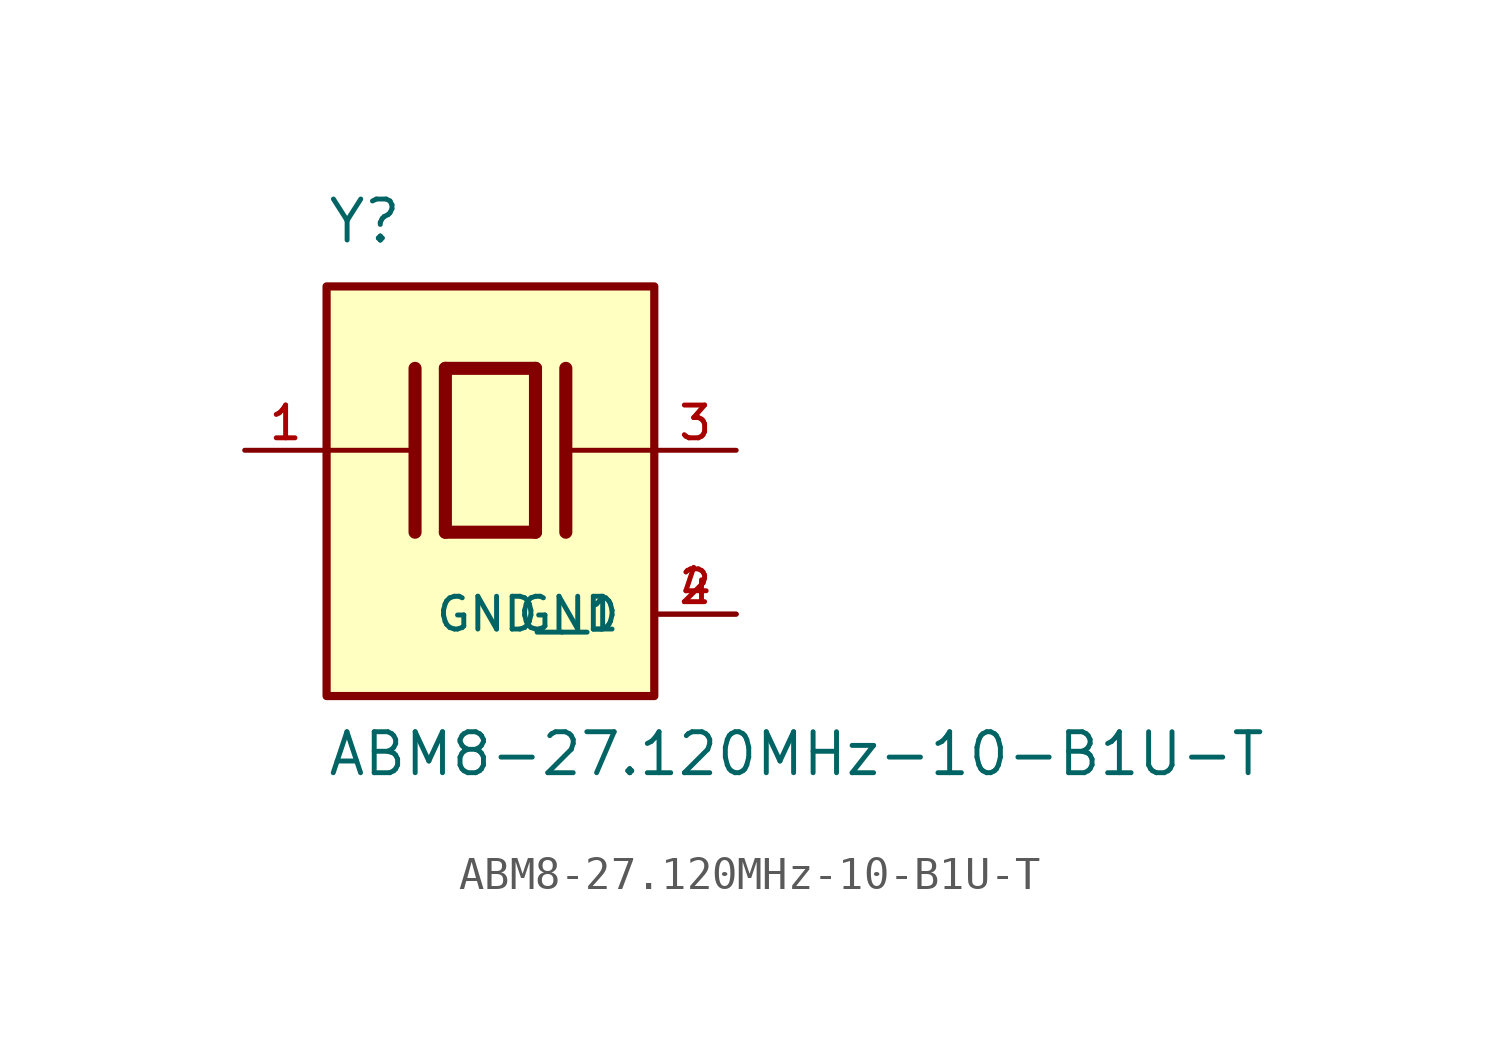
<source format=kicad_sym>
(kicad_symbol_lib
  (version 20211014)
  (generator kicad_symbol_editor)
  (symbol "ABM8-27.120MHz-10-B1U-T"
    (pin_names
      (offset 1.016))
    (property "Reference" "Y"
      (at -5.088 6.356 0)
      (effects (font (size 1.27 1.27)) (justify bottom left)))
    (property "Value" "ABM8-27.120MHz-10-B1U-T"
      (at -5.094 -10.16 0)
      (effects (font (size 1.27 1.27)) (justify bottom left)))
    (symbol "ABM8-27.120MHz-10-B1U-T_0_0"
      (polyline (pts (xy -1.397 2.54) (xy 1.397 2.54)) (stroke (width 0.406)))
      (polyline (pts (xy 1.397 2.54) (xy 1.397 -2.54)) (stroke (width 0.406)))
      (polyline (pts (xy 1.397 -2.54) (xy -1.397 -2.54)) (stroke (width 0.406)))
      (polyline (pts (xy -1.397 2.54) (xy -1.397 -2.54)) (stroke (width 0.406)))
      (polyline (pts (xy 2.337 2.54) (xy 2.337 -2.54)) (stroke (width 0.406)))
      (polyline (pts (xy -2.337 2.54) (xy -2.337 -2.54)) (stroke (width 0.406)))
      (polyline (pts (xy -5.08 0.0) (xy -2.54 0.0)) (stroke (width 0.152)))
      (polyline (pts (xy 2.54 0.0) (xy 5.08 0.0)) (stroke (width 0.152)))
      (rectangle (start -5.08 -7.62) (end 5.08 5.08) (stroke (width 0.254)) (fill (type background)))
      (pin passive line (at 7.62 0.0 180.0) (length 2.54) (name "~" (effects (font (size 1.016 1.016)))) (number "3" (effects (font (size 1.016 1.016)))))
      (pin passive line (at -7.62 0.0 0) (length 2.54) (name "~" (effects (font (size 1.016 1.016)))) (number "1" (effects (font (size 1.016 1.016)))))
      (pin power_in line (at 7.62 -5.08 180.0) (length 2.54) (name "GND" (effects (font (size 1.016 1.016)))) (number "2" (effects (font (size 1.016 1.016)))))
      (pin power_in line (at 7.62 -5.08 180.0) (length 2.54) (name "GND__1" (effects (font (size 1.016 1.016)))) (number "4" (effects (font (size 1.016 1.016))))))))
</source>
